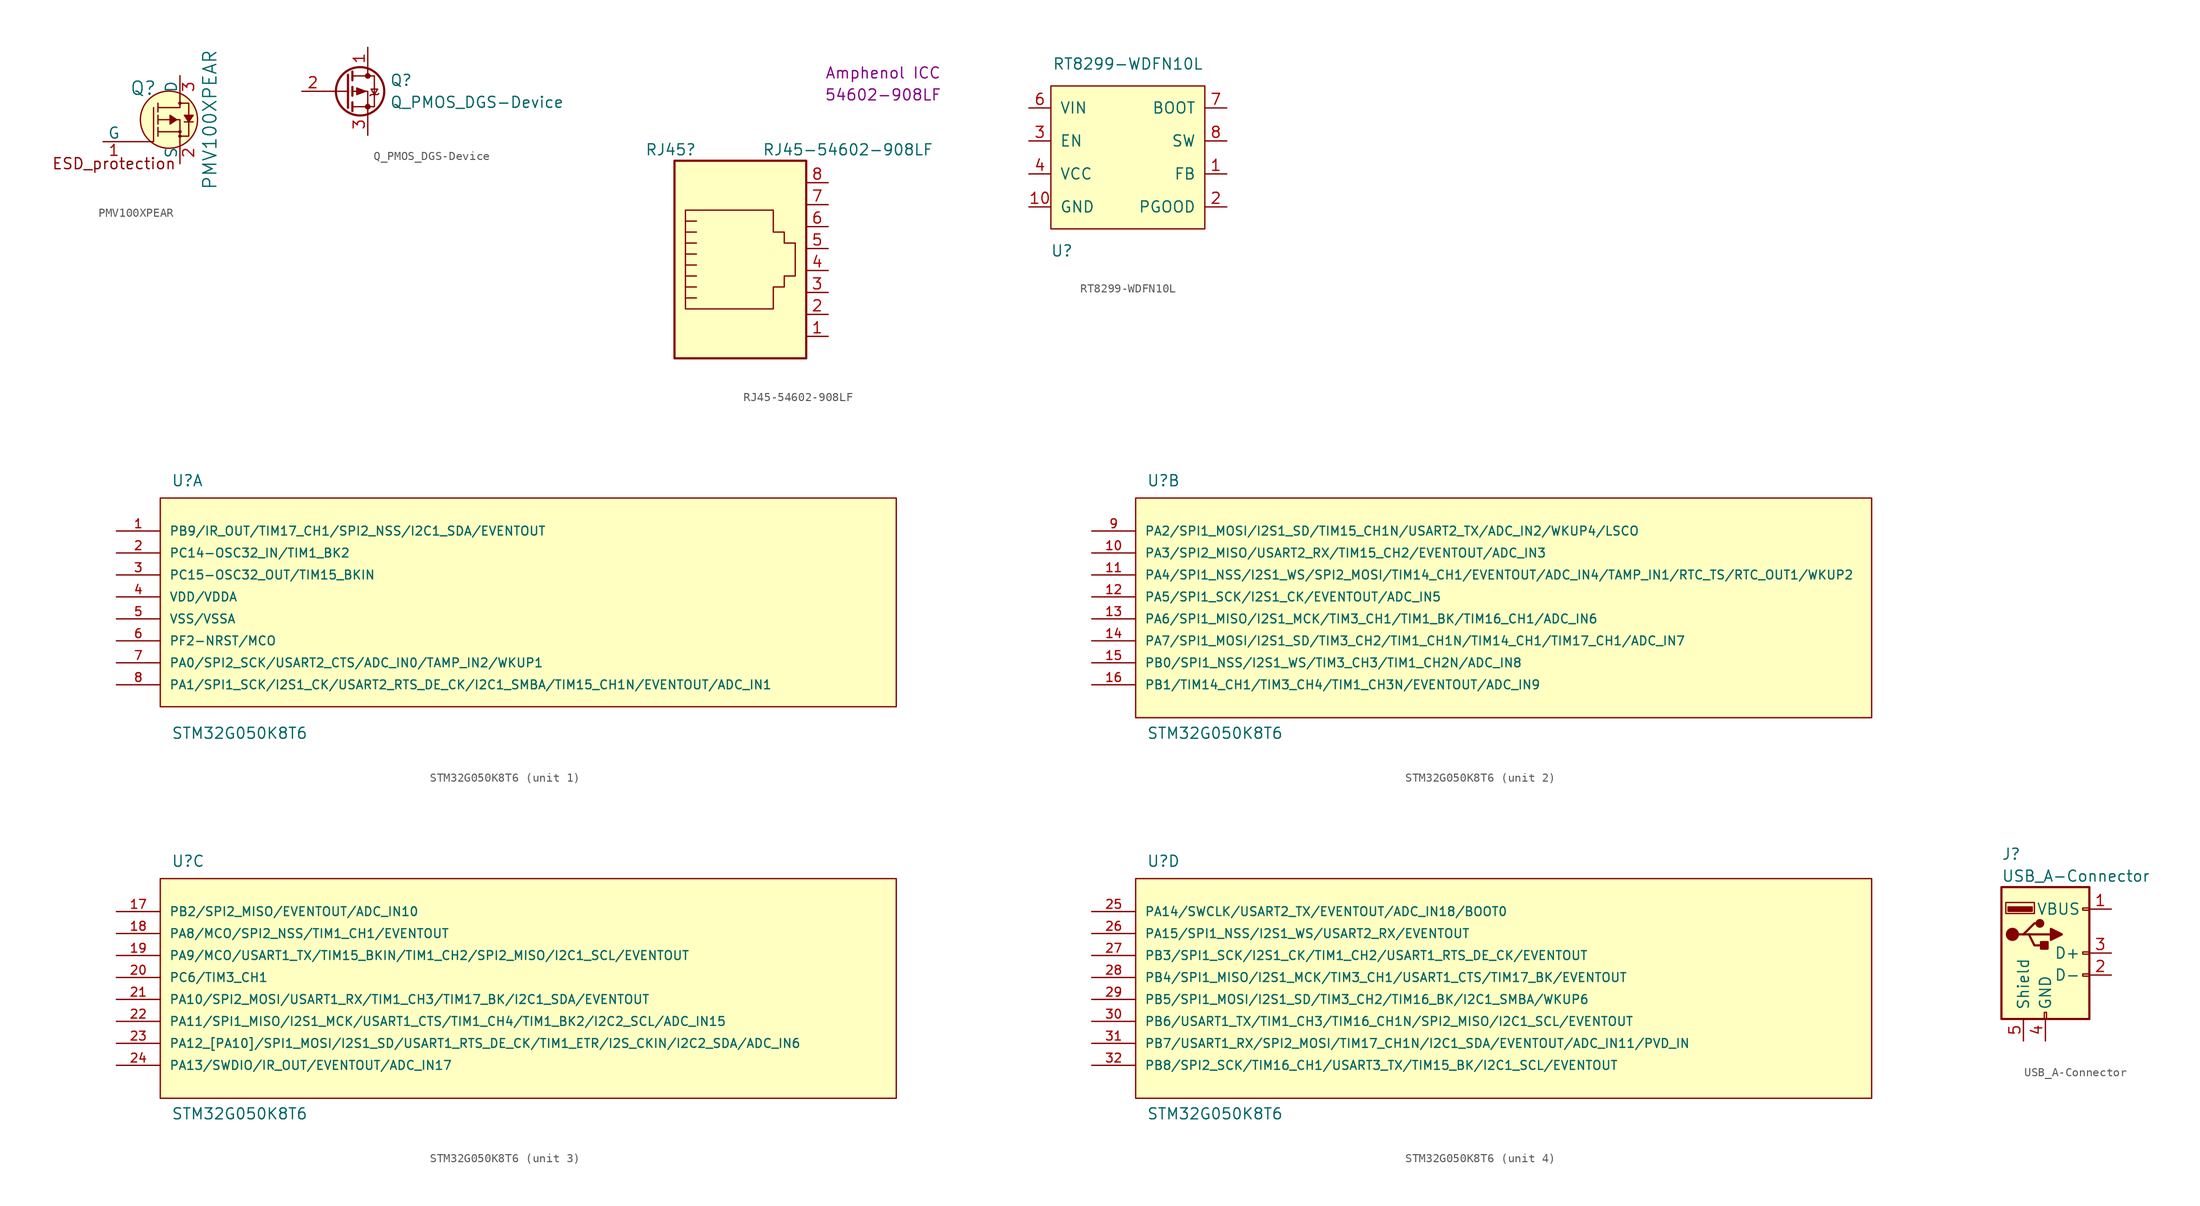
<source format=kicad_sym>
(kicad_symbol_lib
  (version 20211014)
  (generator kicad_symbol_editor)
  (symbol "PMV100XPEAR"
    (pin_names
      (offset 0))
    (property "Reference" "Q"
      (at -2.692 3.632 0)
      (effects (font (size 1.524 1.524)) (justify right)))
    (property "Value" "PMV100XPEAR"
      (at 3.454 0 90)
      (effects (font (size 1.524 1.524))))
    (symbol "PMV100XPEAR_0_0"
      (text "ESD_protection" (at -7.62 -5.08 0) (effects (font (size 1.27 1.27)))))
    (symbol "PMV100XPEAR_0_1"
      (circle (center -1.27 0) (radius 3.302) (stroke (width 0) (type default) (color 0 0 0 0)) (fill (type background)))
      (circle (center 0 -1.905) (radius 0.127) (stroke (width 0) (type default) (color 0 0 0 0)) (fill (type none)))
      (circle (center 0 -1.397) (radius 0.127) (stroke (width 0) (type default) (color 0 0 0 0)) (fill (type none)))
      (polyline (pts (xy 0 -1.397) (xy -2.54 -1.397)) (stroke (width 0) (type default) (color 0 0 0 0)) (fill (type none)))
      (polyline (pts (xy -6.35 -2.54) (xy -3.048 -2.54) (xy -3.048 1.397)) (stroke (width 0) (type default) (color 0 0 0 0)) (fill (type none)))
      (polyline (pts (xy 0 -2.54) (xy 0 0) (xy -2.54 0)) (stroke (width 0) (type default) (color 0 0 0 0)) (fill (type none)))
      (polyline (pts (xy 0 2.54) (xy 0 1.397) (xy -2.54 1.397)) (stroke (width 0) (type default) (color 0 0 0 0)) (fill (type none)))
      (polyline (pts (xy -0.127 -1.905) (xy 1.016 -1.905) (xy 1.016 1.397) (xy 1.016 1.905) (xy -0.127 1.905)) (stroke (width 0) (type default) (color 0 0 0 0)) (fill (type none)))
      (circle (center 0 1.905) (radius 0.127) (stroke (width 0) (type default) (color 0 0 0 0)) (fill (type none))))
    (symbol "PMV100XPEAR_1_1"
      (polyline (pts (xy -2.54 -1.397) (xy -2.54 -1.905)) (stroke (width 0) (type default) (color 0 0 0 0)) (fill (type none)))
      (polyline (pts (xy -2.54 -1.397) (xy -2.54 -0.889)) (stroke (width 0) (type default) (color 0 0 0 0)) (fill (type none)))
      (polyline (pts (xy -2.54 0) (xy -2.54 -0.508)) (stroke (width 0) (type default) (color 0 0 0 0)) (fill (type none)))
      (polyline (pts (xy -2.54 0) (xy -2.54 0.508)) (stroke (width 0) (type default) (color 0 0 0 0)) (fill (type none)))
      (polyline (pts (xy -2.54 1.905) (xy -2.54 0.889)) (stroke (width 0) (type default) (color 0 0 0 0)) (fill (type none)))
      (polyline (pts (xy 1.524 -0.254) (xy 0.508 -0.254)) (stroke (width 0) (type default) (color 0 0 0 0)) (fill (type none)))
      (polyline (pts (xy -0.381 0) (xy -1.143 0.508) (xy -1.143 -0.508) (xy -0.381 0)) (stroke (width 0) (type default) (color 0 0 0 0)) (fill (type outline)))
      (polyline (pts (xy 1.016 -0.254) (xy 1.524 0.508) (xy 0.508 0.508) (xy 1.016 -0.254)) (stroke (width 0) (type default) (color 0 0 0 0)) (fill (type outline)))
      (pin bidirectional line (at -8.89 -2.54 0) (length 2.54) (name "G" (effects (font (size 1.27 1.27)))) (number "1" (effects (font (size 1.27 1.27)))))
      (pin bidirectional line (at 0 -5.08 90) (length 2.54) (name "S" (effects (font (size 1.27 1.27)))) (number "2" (effects (font (size 1.27 1.27)))))
      (pin bidirectional line (at 0 5.08 270) (length 2.54) (name "D" (effects (font (size 1.27 1.27)))) (number "3" (effects (font (size 1.27 1.27)))))))
  (symbol "Q_PMOS_DGS-Device"
    (pin_names
      (offset 0) hide)
    (property "Reference" "Q"
      (at 5.08 1.27 0)
      (effects (font (size 1.27 1.27)) (justify left)))
    (property "Value" "Q_PMOS_DGS-Device"
      (at 5.08 -1.27 0)
      (effects (font (size 1.27 1.27)) (justify left)))
    (symbol "Q_PMOS_DGS-Device_0_1"
      (polyline (pts (xy 0.254 0) (xy -2.54 0)) (stroke (width 0) (type default) (color 0 0 0 0)) (fill (type none)))
      (polyline (pts (xy 0.254 1.905) (xy 0.254 -1.905)) (stroke (width 0.254) (type default) (color 0 0 0 0)) (fill (type none)))
      (polyline (pts (xy 0.762 -1.27) (xy 0.762 -2.286)) (stroke (width 0.254) (type default) (color 0 0 0 0)) (fill (type none)))
      (polyline (pts (xy 0.762 0.508) (xy 0.762 -0.508)) (stroke (width 0.254) (type default) (color 0 0 0 0)) (fill (type none)))
      (polyline (pts (xy 0.762 2.286) (xy 0.762 1.27)) (stroke (width 0.254) (type default) (color 0 0 0 0)) (fill (type none)))
      (polyline (pts (xy 2.54 2.54) (xy 2.54 1.778)) (stroke (width 0) (type default) (color 0 0 0 0)) (fill (type none)))
      (polyline (pts (xy 2.54 -2.54) (xy 2.54 0) (xy 0.762 0)) (stroke (width 0) (type default) (color 0 0 0 0)) (fill (type none)))
      (polyline (pts (xy 0.762 1.778) (xy 3.302 1.778) (xy 3.302 -1.778) (xy 0.762 -1.778)) (stroke (width 0) (type default) (color 0 0 0 0)) (fill (type none)))
      (polyline (pts (xy 2.286 0) (xy 1.27 0.381) (xy 1.27 -0.381) (xy 2.286 0)) (stroke (width 0) (type default) (color 0 0 0 0)) (fill (type outline)))
      (polyline (pts (xy 2.794 -0.508) (xy 2.921 -0.381) (xy 3.683 -0.381) (xy 3.81 -0.254)) (stroke (width 0) (type default) (color 0 0 0 0)) (fill (type none)))
      (polyline (pts (xy 3.302 -0.381) (xy 2.921 0.254) (xy 3.683 0.254) (xy 3.302 -0.381)) (stroke (width 0) (type default) (color 0 0 0 0)) (fill (type none)))
      (circle (center 1.651 0) (radius 2.794) (stroke (width 0.254) (type default) (color 0 0 0 0)) (fill (type none)))
      (circle (center 2.54 -1.778) (radius 0.254) (stroke (width 0) (type default) (color 0 0 0 0)) (fill (type outline)))
      (circle (center 2.54 1.778) (radius 0.254) (stroke (width 0) (type default) (color 0 0 0 0)) (fill (type outline))))
    (symbol "Q_PMOS_DGS-Device_1_1"
      (pin passive line (at 2.54 5.08 270) (length 2.54) (name "D" (effects (font (size 1.27 1.27)))) (number "1" (effects (font (size 1.27 1.27)))))
      (pin input line (at -5.08 0 0) (length 2.54) (name "G" (effects (font (size 1.27 1.27)))) (number "2" (effects (font (size 1.27 1.27)))))
      (pin passive line (at 2.54 -5.08 90) (length 2.54) (name "S" (effects (font (size 1.27 1.27)))) (number "3" (effects (font (size 1.27 1.27)))))))
  (symbol "RJ45-54602-908LF"
    (pin_names
      (offset 1.016))
    (property "Reference" "RJ45"
      (at -5.08 13.97 0)
      (effects (font (size 1.27 1.27)) (justify right)))
    (property "Value" "RJ45-54602-908LF"
      (at 2.54 13.97 0)
      (effects (font (size 1.27 1.27)) (justify left)))
    (property "Brand" "Amphenol ICC"
      (at 16.51 22.86 0)
      (effects (font (size 1.27 1.27))))
    (property "Model" "54602-908LF"
      (at 16.51 20.32 0)
      (effects (font (size 1.27 1.27))))
    (symbol "RJ45-54602-908LF_0_1"
      (polyline (pts (xy -5.08 4.445) (xy -6.35 4.445)) (stroke (width 0) (type default) (color 0 0 0 0)) (fill (type none)))
      (polyline (pts (xy -5.08 5.715) (xy -6.35 5.715)) (stroke (width 0) (type default) (color 0 0 0 0)) (fill (type none)))
      (polyline (pts (xy -6.35 -3.175) (xy -5.08 -3.175) (xy -5.08 -3.175)) (stroke (width 0) (type default) (color 0 0 0 0)) (fill (type none)))
      (polyline (pts (xy -6.35 -1.905) (xy -5.08 -1.905) (xy -5.08 -1.905)) (stroke (width 0) (type default) (color 0 0 0 0)) (fill (type none)))
      (polyline (pts (xy -6.35 -0.635) (xy -5.08 -0.635) (xy -5.08 -0.635)) (stroke (width 0) (type default) (color 0 0 0 0)) (fill (type none)))
      (polyline (pts (xy -6.35 0.635) (xy -5.08 0.635) (xy -5.08 0.635)) (stroke (width 0) (type default) (color 0 0 0 0)) (fill (type none)))
      (polyline (pts (xy -6.35 1.905) (xy -5.08 1.905) (xy -5.08 1.905)) (stroke (width 0) (type default) (color 0 0 0 0)) (fill (type none)))
      (polyline (pts (xy -5.08 3.175) (xy -6.35 3.175) (xy -6.35 3.175)) (stroke (width 0) (type default) (color 0 0 0 0)) (fill (type none)))
      (polyline (pts (xy -6.35 -4.445) (xy -6.35 6.985) (xy 3.81 6.985) (xy 3.81 4.445) (xy 5.08 4.445) (xy 5.08 3.175) (xy 6.35 3.175) (xy 6.35 -0.635) (xy 5.08 -0.635) (xy 5.08 -1.905) (xy 3.81 -1.905) (xy 3.81 -4.445) (xy -6.35 -4.445) (xy -6.35 -4.445)) (stroke (width 0) (type default) (color 0 0 0 0)) (fill (type none)))
      (rectangle (start 7.62 12.7) (end -7.62 -10.16) (stroke (width 0.254) (type default) (color 0 0 0 0)) (fill (type background))))
    (symbol "RJ45-54602-908LF_1_1"
      (pin passive line (at 10.16 -7.62 180) (length 2.54) (name "~" (effects (font (size 1.27 1.27)))) (number "1" (effects (font (size 1.27 1.27)))))
      (pin passive line (at 10.16 -5.08 180) (length 2.54) (name "~" (effects (font (size 1.27 1.27)))) (number "2" (effects (font (size 1.27 1.27)))))
      (pin passive line (at 10.16 -2.54 180) (length 2.54) (name "~" (effects (font (size 1.27 1.27)))) (number "3" (effects (font (size 1.27 1.27)))))
      (pin passive line (at 10.16 0 180) (length 2.54) (name "~" (effects (font (size 1.27 1.27)))) (number "4" (effects (font (size 1.27 1.27)))))
      (pin passive line (at 10.16 2.54 180) (length 2.54) (name "~" (effects (font (size 1.27 1.27)))) (number "5" (effects (font (size 1.27 1.27)))))
      (pin passive line (at 10.16 5.08 180) (length 2.54) (name "~" (effects (font (size 1.27 1.27)))) (number "6" (effects (font (size 1.27 1.27)))))
      (pin passive line (at 10.16 7.62 180) (length 2.54) (name "~" (effects (font (size 1.27 1.27)))) (number "7" (effects (font (size 1.27 1.27)))))
      (pin passive line (at 10.16 10.16 180) (length 2.54) (name "~" (effects (font (size 1.27 1.27)))) (number "8" (effects (font (size 1.27 1.27)))))))
  (symbol "RT8299-WDFN10L"
    (pin_names
      (offset 1.016))
    (property "Reference" "U"
      (at -7.62 -11.43 0)
      (effects (font (size 1.27 1.27))))
    (property "Value" "RT8299-WDFN10L"
      (at 0 10.16 0)
      (effects (font (size 1.27 1.27))))
    (symbol "RT8299-WDFN10L_1_1"
      (rectangle (start -8.89 7.62) (end 8.89 -8.89) (stroke (width 0) (type default) (color 0 0 0 0)) (fill (type background)))
      (pin input line (at 11.43 -2.54 180) (length 2.54) (name "FB" (effects (font (size 1.27 1.27)))) (number "1" (effects (font (size 1.27 1.27)))))
      (pin power_out line (at -11.43 -6.35 0) (length 2.54) (name "GND" (effects (font (size 1.27 1.27)))) (number "10" (effects (font (size 1.27 1.27)))))
      (pin input line (at 11.43 -6.35 180) (length 2.54) (name "PGOOD" (effects (font (size 1.27 1.27)))) (number "2" (effects (font (size 1.27 1.27)))))
      (pin input line (at -11.43 1.27 0) (length 2.54) (name "EN" (effects (font (size 1.27 1.27)))) (number "3" (effects (font (size 1.27 1.27)))))
      (pin input line (at -11.43 -2.54 0) (length 2.54) (name "VCC" (effects (font (size 1.27 1.27)))) (number "4" (effects (font (size 1.27 1.27)))))
      (pin power_in line (at -11.43 5.08 0) (length 2.54) (name "VIN" (effects (font (size 1.27 1.27)))) (number "6" (effects (font (size 1.27 1.27)))))
      (pin input line (at 11.43 5.08 180) (length 2.54) (name "BOOT" (effects (font (size 1.27 1.27)))) (number "7" (effects (font (size 1.27 1.27)))))
      (pin power_out line (at 11.43 1.27 180) (length 2.54) (name "SW" (effects (font (size 1.27 1.27)))) (number "8" (effects (font (size 1.27 1.27)))))))
  (symbol "STM32G050K8T6"
    (pin_names
      (offset 1.016))
    (property "Reference" "U"
      (at -83.82 13.97 0)
      (effects (font (size 1.27 1.27)) (justify left bottom)))
    (property "Value" "STM32G050K8T6"
      (at -83.82 -15.24 0)
      (effects (font (size 1.27 1.27)) (justify left bottom)))
    (property "ki_locked" ""
      (at 0 0 0)
      (effects (font (size 1.27 1.27))))
    (symbol "STM32G050K8T6_1_0"
      (rectangle (start -85.09 -11.43) (end 0 12.7) (stroke (width 0.152) (type default) (color 0 0 0 0)) (fill (type background)))
      (pin bidirectional line (at -90.17 -6.35 0) (length 5.08) (name "PA0/SPI2_SCK/USART2_CTS/ADC_IN0/TAMP_IN2/WKUP1" (effects (font (size 1.016 1.016)))) (number "7" (effects (font (size 1.016 1.016)))))
      (pin bidirectional line (at -90.17 -8.89 0) (length 5.08) (name "PA1/SPI1_SCK/I2S1_CK/USART2_RTS_DE_CK/I2C1_SMBA/TIM15_CH1N/EVENTOUT/ADC_IN1" (effects (font (size 1.016 1.016)))) (number "8" (effects (font (size 1.016 1.016))))))
    (symbol "STM32G050K8T6_1_1"
      (pin bidirectional line (at -90.17 8.89 0) (length 5.08) (name "PB9/IR_OUT/TIM17_CH1/SPI2_NSS/I2C1_SDA/EVENTOUT" (effects (font (size 1.016 1.016)))) (number "1" (effects (font (size 1.016 1.016)))))
      (pin bidirectional line (at -90.17 6.35 0) (length 5.08) (name "PC14-OSC32_IN/TIM1_BK2" (effects (font (size 1.016 1.016)))) (number "2" (effects (font (size 1.016 1.016)))))
      (pin bidirectional line (at -90.17 3.81 0) (length 5.08) (name "PC15-OSC32_OUT/TIM15_BKIN" (effects (font (size 1.016 1.016)))) (number "3" (effects (font (size 1.016 1.016)))))
      (pin power_in line (at -90.17 1.27 0) (length 5.08) (name "VDD/VDDA" (effects (font (size 1.016 1.016)))) (number "4" (effects (font (size 1.016 1.016)))))
      (pin power_in line (at -90.17 -1.27 0) (length 5.08) (name "VSS/VSSA" (effects (font (size 1.016 1.016)))) (number "5" (effects (font (size 1.016 1.016)))))
      (pin bidirectional line (at -90.17 -3.81 0) (length 5.08) (name "PF2-NRST/MCO" (effects (font (size 1.016 1.016)))) (number "6" (effects (font (size 1.016 1.016))))))
    (symbol "STM32G050K8T6_2_0"
      (rectangle (start -85.09 -12.7) (end 0 12.7) (stroke (width 0.152) (type default) (color 0 0 0 0)) (fill (type background)))
      (pin bidirectional line (at -90.17 -6.35 0) (length 5.08) (name "PB0/SPI1_NSS/I2S1_WS/TIM3_CH3/TIM1_CH2N/ADC_IN8" (effects (font (size 1.016 1.016)))) (number "15" (effects (font (size 1.016 1.016)))))
      (pin bidirectional line (at -90.17 -8.89 0) (length 5.08) (name "PB1/TIM14_CH1/TIM3_CH4/TIM1_CH3N/EVENTOUT/ADC_IN9" (effects (font (size 1.016 1.016)))) (number "16" (effects (font (size 1.016 1.016))))))
    (symbol "STM32G050K8T6_2_1"
      (pin bidirectional line (at -90.17 6.35 0) (length 5.08) (name "PA3/SPI2_MISO/USART2_RX/TIM15_CH2/EVENTOUT/ADC_IN3" (effects (font (size 1.016 1.016)))) (number "10" (effects (font (size 1.016 1.016)))))
      (pin bidirectional line (at -90.17 3.81 0) (length 5.08) (name "PA4/SPI1_NSS/I2S1_WS/SPI2_MOSI/TIM14_CH1/EVENTOUT/ADC_IN4/TAMP_IN1/RTC_TS/RTC_OUT1/WKUP2" (effects (font (size 1.016 1.016)))) (number "11" (effects (font (size 1.016 1.016)))))
      (pin bidirectional line (at -90.17 1.27 0) (length 5.08) (name "PA5/SPI1_SCK/I2S1_CK/EVENTOUT/ADC_IN5" (effects (font (size 1.016 1.016)))) (number "12" (effects (font (size 1.016 1.016)))))
      (pin bidirectional line (at -90.17 -1.27 0) (length 5.08) (name "PA6/SPI1_MISO/I2S1_MCK/TIM3_CH1/TIM1_BK/TIM16_CH1/ADC_IN6" (effects (font (size 1.016 1.016)))) (number "13" (effects (font (size 1.016 1.016)))))
      (pin bidirectional line (at -90.17 -3.81 0) (length 5.08) (name "PA7/SPI1_MOSI/I2S1_SD/TIM3_CH2/TIM1_CH1N/TIM14_CH1/TIM17_CH1/ADC_IN7" (effects (font (size 1.016 1.016)))) (number "14" (effects (font (size 1.016 1.016)))))
      (pin bidirectional line (at -90.17 8.89 0) (length 5.08) (name "PA2/SPI1_MOSI/I2S1_SD/TIM15_CH1N/USART2_TX/ADC_IN2/WKUP4/LSCO" (effects (font (size 1.016 1.016)))) (number "9" (effects (font (size 1.016 1.016))))))
    (symbol "STM32G050K8T6_3_0"
      (rectangle (start -85.09 -12.7) (end 0 12.7) (stroke (width 0.152) (type default) (color 0 0 0 0)) (fill (type background)))
      (pin bidirectional line (at -90.17 1.27 0) (length 5.08) (name "PC6/TIM3_CH1" (effects (font (size 1.016 1.016)))) (number "20" (effects (font (size 1.016 1.016))))))
    (symbol "STM32G050K8T6_3_1"
      (pin bidirectional line (at -90.17 8.89 0) (length 5.08) (name "PB2/SPI2_MISO/EVENTOUT/ADC_IN10" (effects (font (size 1.016 1.016)))) (number "17" (effects (font (size 1.016 1.016)))))
      (pin bidirectional line (at -90.17 6.35 0) (length 5.08) (name "PA8/MCO/SPI2_NSS/TIM1_CH1/EVENTOUT" (effects (font (size 1.016 1.016)))) (number "18" (effects (font (size 1.016 1.016)))))
      (pin bidirectional line (at -90.17 3.81 0) (length 5.08) (name "PA9/MCO/USART1_TX/TIM15_BKIN/TIM1_CH2/SPI2_MISO/I2C1_SCL/EVENTOUT" (effects (font (size 1.016 1.016)))) (number "19" (effects (font (size 1.016 1.016)))))
      (pin bidirectional line (at -90.17 -1.27 0) (length 5.08) (name "PA10/SPI2_MOSI/USART1_RX/TIM1_CH3/TIM17_BK/I2C1_SDA/EVENTOUT" (effects (font (size 1.016 1.016)))) (number "21" (effects (font (size 1.016 1.016)))))
      (pin bidirectional line (at -90.17 -3.81 0) (length 5.08) (name "PA11/SPI1_MISO/I2S1_MCK/USART1_CTS/TIM1_CH4/TIM1_BK2/I2C2_SCL/ADC_IN15" (effects (font (size 1.016 1.016)))) (number "22" (effects (font (size 1.016 1.016)))))
      (pin bidirectional line (at -90.17 -6.35 0) (length 5.08) (name "PA12_[PA10]/SPI1_MOSI/I2S1_SD/USART1_RTS_DE_CK/TIM1_ETR/I2S_CKIN/I2C2_SDA/ADC_IN6" (effects (font (size 1.016 1.016)))) (number "23" (effects (font (size 1.016 1.016)))))
      (pin bidirectional line (at -90.17 -8.89 0) (length 5.08) (name "PA13/SWDIO/IR_OUT/EVENTOUT/ADC_IN17" (effects (font (size 1.016 1.016)))) (number "24" (effects (font (size 1.016 1.016))))))
    (symbol "STM32G050K8T6_4_0"
      (rectangle (start -85.09 -12.7) (end 0 12.7) (stroke (width 0.152) (type default) (color 0 0 0 0)) (fill (type background)))
      (pin bidirectional line (at -90.17 8.89 0) (length 5.08) (name "PA14/SWCLK/USART2_TX/EVENTOUT/ADC_IN18/BOOT0" (effects (font (size 1.016 1.016)))) (number "25" (effects (font (size 1.016 1.016)))))
      (pin bidirectional line (at -90.17 6.35 0) (length 5.08) (name "PA15/SPI1_NSS/I2S1_WS/USART2_RX/EVENTOUT" (effects (font (size 1.016 1.016)))) (number "26" (effects (font (size 1.016 1.016))))))
    (symbol "STM32G050K8T6_4_1"
      (pin bidirectional line (at -90.17 3.81 0) (length 5.08) (name "PB3/SPI1_SCK/I2S1_CK/TIM1_CH2/USART1_RTS_DE_CK/EVENTOUT" (effects (font (size 1.016 1.016)))) (number "27" (effects (font (size 1.016 1.016)))))
      (pin bidirectional line (at -90.17 1.27 0) (length 5.08) (name "PB4/SPI1_MISO/I2S1_MCK/TIM3_CH1/USART1_CTS/TIM17_BK/EVENTOUT" (effects (font (size 1.016 1.016)))) (number "28" (effects (font (size 1.016 1.016)))))
      (pin bidirectional line (at -90.17 -1.27 0) (length 5.08) (name "PB5/SPI1_MOSI/I2S1_SD/TIM3_CH2/TIM16_BK/I2C1_SMBA/WKUP6" (effects (font (size 1.016 1.016)))) (number "29" (effects (font (size 1.016 1.016)))))
      (pin bidirectional line (at -90.17 -3.81 0) (length 5.08) (name "PB6/USART1_TX/TIM1_CH3/TIM16_CH1N/SPI2_MISO/I2C1_SCL/EVENTOUT" (effects (font (size 1.016 1.016)))) (number "30" (effects (font (size 1.016 1.016)))))
      (pin bidirectional line (at -90.17 -6.35 0) (length 5.08) (name "PB7/USART1_RX/SPI2_MOSI/TIM17_CH1N/I2C1_SDA/EVENTOUT/ADC_IN11/PVD_IN" (effects (font (size 1.016 1.016)))) (number "31" (effects (font (size 1.016 1.016)))))
      (pin bidirectional line (at -90.17 -8.89 0) (length 5.08) (name "PB8/SPI2_SCK/TIM16_CH1/USART3_TX/TIM15_BK/I2C1_SCL/EVENTOUT" (effects (font (size 1.016 1.016)))) (number "32" (effects (font (size 1.016 1.016)))))))
  (symbol "USB_A-Connector"
    (pin_names
      (offset 1.016))
    (property "Reference" "J"
      (at -5.08 11.43 0)
      (effects (font (size 1.27 1.27)) (justify left)))
    (property "Value" "USB_A-Connector"
      (at -5.08 8.89 0)
      (effects (font (size 1.27 1.27)) (justify left)))
    (symbol "USB_A-Connector_0_1"
      (rectangle (start -5.08 -7.62) (end 5.08 7.62) (stroke (width 0.254) (type default) (color 0 0 0 0)) (fill (type background)))
      (circle (center -3.81 2.159) (radius 0.635) (stroke (width 0.254) (type default) (color 0 0 0 0)) (fill (type outline)))
      (rectangle (start -1.524 4.826) (end -4.318 5.334) (stroke (width 0) (type default) (color 0 0 0 0)) (fill (type outline)))
      (rectangle (start -1.27 4.572) (end -4.572 5.842) (stroke (width 0) (type default) (color 0 0 0 0)) (fill (type none)))
      (circle (center -0.635 3.429) (radius 0.381) (stroke (width 0.254) (type default) (color 0 0 0 0)) (fill (type outline)))
      (rectangle (start -0.127 -7.62) (end 0.127 -6.858) (stroke (width 0) (type default) (color 0 0 0 0)) (fill (type none)))
      (polyline (pts (xy -3.175 2.159) (xy -2.54 2.159) (xy -1.27 3.429) (xy -0.635 3.429)) (stroke (width 0.254) (type default) (color 0 0 0 0)) (fill (type none)))
      (polyline (pts (xy -2.54 2.159) (xy -1.905 2.159) (xy -1.27 0.889) (xy 0 0.889)) (stroke (width 0.254) (type default) (color 0 0 0 0)) (fill (type none)))
      (polyline (pts (xy 0.635 2.794) (xy 0.635 1.524) (xy 1.905 2.159) (xy 0.635 2.794)) (stroke (width 0.254) (type default) (color 0 0 0 0)) (fill (type outline)))
      (rectangle (start 0.254 1.27) (end -0.508 0.508) (stroke (width 0.254) (type default) (color 0 0 0 0)) (fill (type outline)))
      (rectangle (start 5.08 -2.667) (end 4.318 -2.413) (stroke (width 0) (type default) (color 0 0 0 0)) (fill (type none)))
      (rectangle (start 5.08 -0.127) (end 4.318 0.127) (stroke (width 0) (type default) (color 0 0 0 0)) (fill (type none)))
      (rectangle (start 5.08 4.953) (end 4.318 5.207) (stroke (width 0) (type default) (color 0 0 0 0)) (fill (type none))))
    (symbol "USB_A-Connector_1_1"
      (polyline (pts (xy -1.905 2.159) (xy 0.635 2.159)) (stroke (width 0.254) (type default) (color 0 0 0 0)) (fill (type none)))
      (pin power_in line (at 7.62 5.08 180) (length 2.54) (name "VBUS" (effects (font (size 1.27 1.27)))) (number "1" (effects (font (size 1.27 1.27)))))
      (pin bidirectional line (at 7.62 -2.54 180) (length 2.54) (name "D-" (effects (font (size 1.27 1.27)))) (number "2" (effects (font (size 1.27 1.27)))))
      (pin bidirectional line (at 7.62 0 180) (length 2.54) (name "D+" (effects (font (size 1.27 1.27)))) (number "3" (effects (font (size 1.27 1.27)))))
      (pin power_in line (at 0 -10.16 90) (length 2.54) (name "GND" (effects (font (size 1.27 1.27)))) (number "4" (effects (font (size 1.27 1.27)))))
      (pin passive line (at -2.54 -10.16 90) (length 2.54) (name "Shield" (effects (font (size 1.27 1.27)))) (number "5" (effects (font (size 1.27 1.27))))))))
</source>
